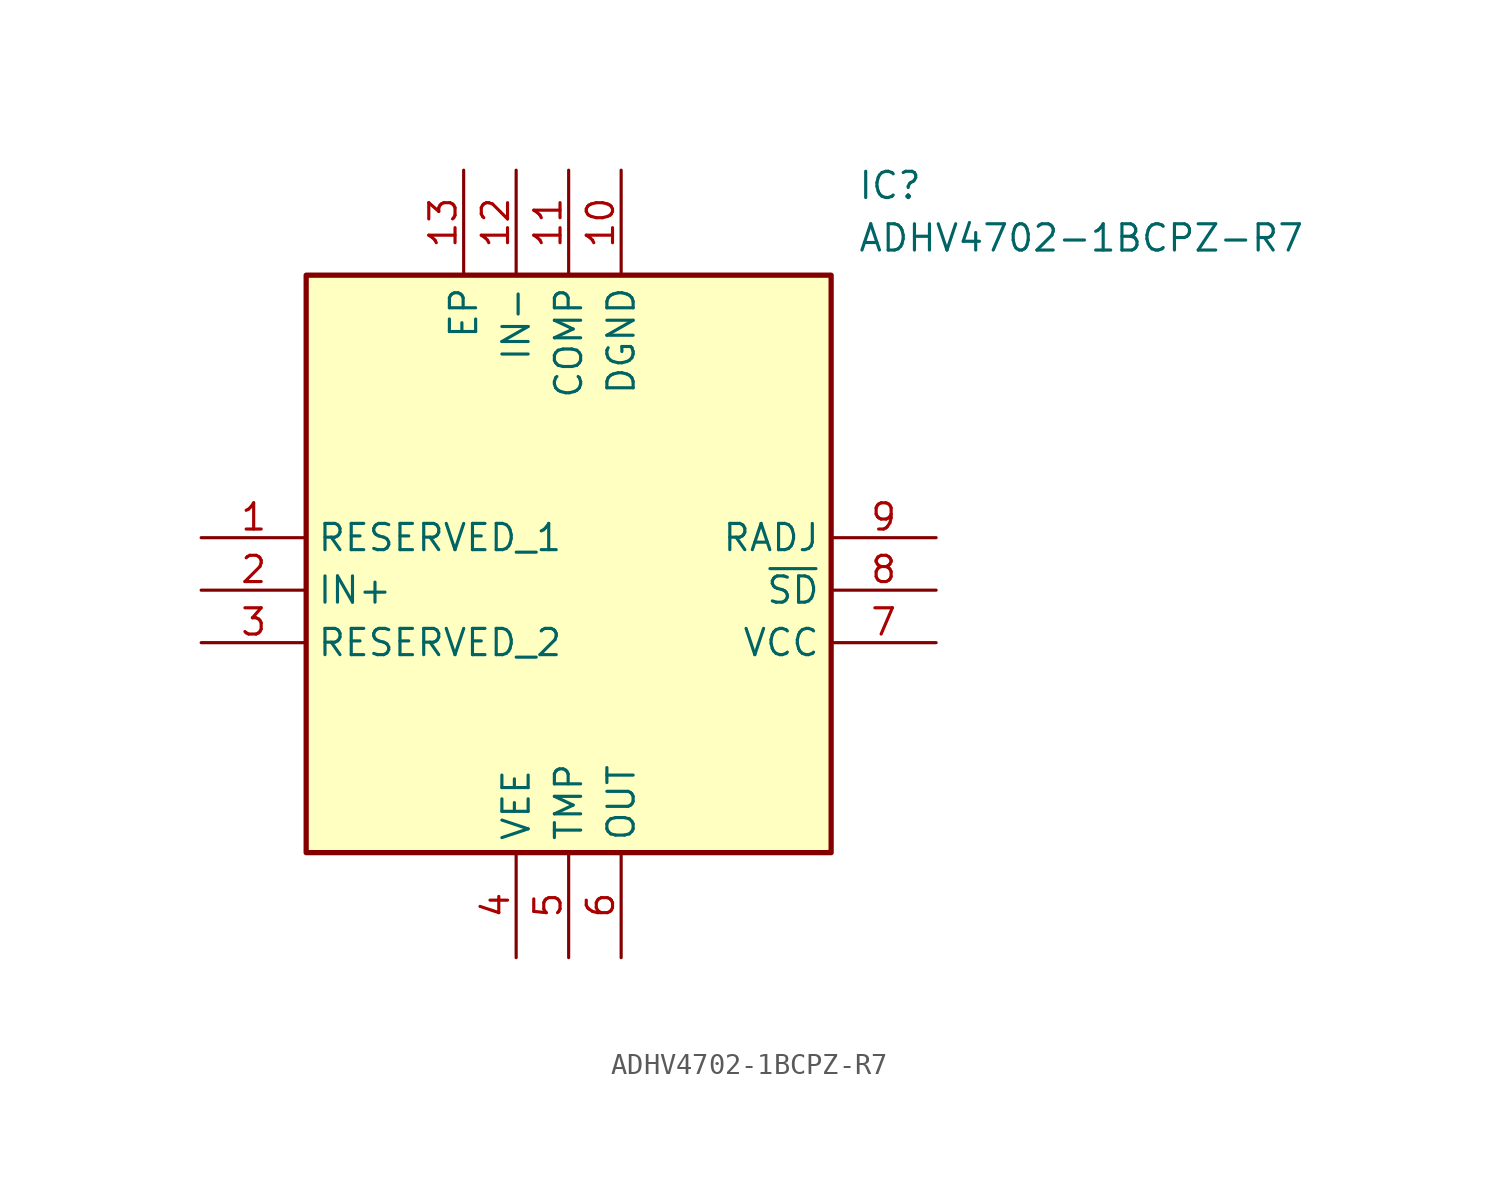
<source format=kicad_sym>
(kicad_symbol_lib
  (version 20211014)
  (generator SamacSys_ECAD_Model)
  (symbol "ADHV4702-1BCPZ-R7"
    (property "Reference" "IC"
      (at 31.75 17.78 0)
      (effects (font (size 1.27 1.27)) (justify left top)))
    (property "Value" "ADHV4702-1BCPZ-R7"
      (at 31.75 15.24 0)
      (effects (font (size 1.27 1.27)) (justify left top)))
    (rectangle
      (start 5.08 12.7)
      (end 30.48 -15.24)
      (stroke (width 0.254) (type default))
      (fill (type background)))
    (pin passive line
      (at 0 0 0)
      (length 5.08)
      (name "RESERVED_1" (effects (font (size 1.27 1.27))))
      (number "1" (effects (font (size 1.27 1.27)))))
    (pin passive line
      (at 0 -2.54 0)
      (length 5.08)
      (name "IN+" (effects (font (size 1.27 1.27))))
      (number "2" (effects (font (size 1.27 1.27)))))
    (pin passive line
      (at 0 -5.08 0)
      (length 5.08)
      (name "RESERVED_2" (effects (font (size 1.27 1.27))))
      (number "3" (effects (font (size 1.27 1.27)))))
    (pin passive line
      (at 15.24 -20.32 90)
      (length 5.08)
      (name "VEE" (effects (font (size 1.27 1.27))))
      (number "4" (effects (font (size 1.27 1.27)))))
    (pin passive line
      (at 17.78 -20.32 90)
      (length 5.08)
      (name "TMP" (effects (font (size 1.27 1.27))))
      (number "5" (effects (font (size 1.27 1.27)))))
    (pin passive line
      (at 20.32 -20.32 90)
      (length 5.08)
      (name "OUT" (effects (font (size 1.27 1.27))))
      (number "6" (effects (font (size 1.27 1.27)))))
    (pin passive line
      (at 35.56 0 180)
      (length 5.08)
      (name "RADJ" (effects (font (size 1.27 1.27))))
      (number "9" (effects (font (size 1.27 1.27)))))
    (pin passive line
      (at 35.56 -2.54 180)
      (length 5.08)
      (name "~{SD}" (effects (font (size 1.27 1.27))))
      (number "8" (effects (font (size 1.27 1.27)))))
    (pin passive line
      (at 35.56 -5.08 180)
      (length 5.08)
      (name "VCC" (effects (font (size 1.27 1.27))))
      (number "7" (effects (font (size 1.27 1.27)))))
    (pin passive line
      (at 12.7 17.78 270)
      (length 5.08)
      (name "EP" (effects (font (size 1.27 1.27))))
      (number "13" (effects (font (size 1.27 1.27)))))
    (pin passive line
      (at 15.24 17.78 270)
      (length 5.08)
      (name "IN-" (effects (font (size 1.27 1.27))))
      (number "12" (effects (font (size 1.27 1.27)))))
    (pin passive line
      (at 17.78 17.78 270)
      (length 5.08)
      (name "COMP" (effects (font (size 1.27 1.27))))
      (number "11" (effects (font (size 1.27 1.27)))))
    (pin passive line
      (at 20.32 17.78 270)
      (length 5.08)
      (name "DGND" (effects (font (size 1.27 1.27))))
      (number "10" (effects (font (size 1.27 1.27)))))))
</source>
